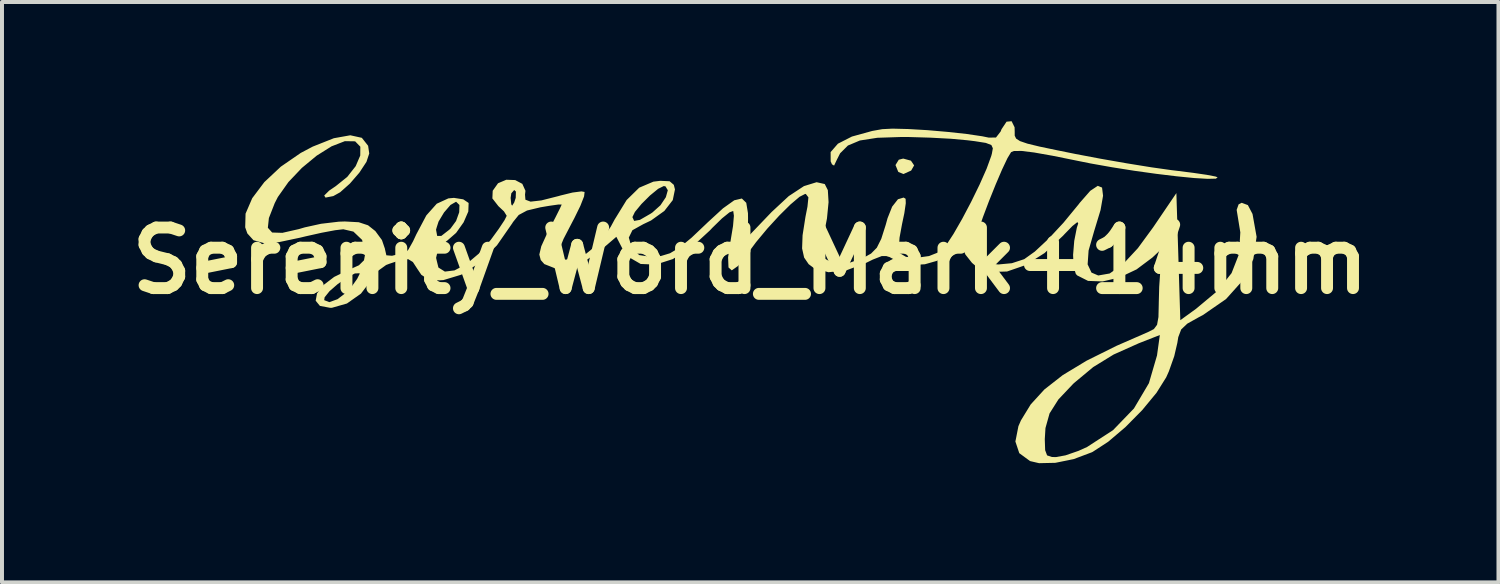
<source format=kicad_pcb>
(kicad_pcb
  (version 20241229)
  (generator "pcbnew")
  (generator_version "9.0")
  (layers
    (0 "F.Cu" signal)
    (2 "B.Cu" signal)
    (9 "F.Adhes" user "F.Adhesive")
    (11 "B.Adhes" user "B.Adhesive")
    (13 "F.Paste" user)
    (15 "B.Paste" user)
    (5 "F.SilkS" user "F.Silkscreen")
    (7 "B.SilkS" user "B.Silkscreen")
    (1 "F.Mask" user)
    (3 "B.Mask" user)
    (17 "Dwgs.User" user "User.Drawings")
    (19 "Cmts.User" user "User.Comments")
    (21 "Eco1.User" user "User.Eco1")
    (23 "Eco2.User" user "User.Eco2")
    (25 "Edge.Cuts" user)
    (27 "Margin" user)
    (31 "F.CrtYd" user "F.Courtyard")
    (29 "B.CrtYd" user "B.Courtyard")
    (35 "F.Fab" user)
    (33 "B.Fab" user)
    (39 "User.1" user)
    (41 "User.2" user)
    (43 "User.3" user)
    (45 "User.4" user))
  (footprint "Serenity_Word_Mark+14mm"
    (layer "F.Cu")
    (at 15.828 3.51)
    (property "Reference" "Serenity_Word_Mark+14mm" (at 0 0 0) (layer "F.SilkS") (effects (font (size 1.524 1.524) (thickness 0.3))))
    (attr board_only exclude_from_pos_files exclude_from_bom)
    (fp_poly (pts (xy 4.044 -2.517) (xy 4.124 -2.398) (xy 4.051 -2.271) (xy 4.04 -2.264) (xy 3.856 -2.181) (xy 3.731 -2.232) (xy 3.723 -2.24) (xy 3.655 -2.407) (xy 3.738 -2.541) (xy 3.849 -2.57)) (stroke (width 0) (type solid)) (fill yes) (layer "F.SilkS"))
    (fp_poly (pts (xy 6.652 -3.357) (xy 6.655 -3.24) (xy 6.655 -3.147) (xy 6.69 -3.073) (xy 6.787 -3.01) (xy 6.974 -2.946) (xy 7.278 -2.872) (xy 7.727 -2.778) (xy 8.186 -2.685) (xy 8.815 -2.566) (xy 9.471 -2.451) (xy 10.088 -2.351) (xy 10.598 -2.279) (xy 10.723 -2.264) (xy 11.144 -2.211) (xy 11.486 -2.161) (xy 11.705 -2.119) (xy 11.761 -2.099) (xy 11.718 -2.065) (xy 11.511 -2.06) (xy 11.171 -2.08) (xy 10.729 -2.124) (xy 10.216 -2.186) (xy 9.663 -2.263) (xy 9.101 -2.352) (xy 8.56 -2.448) (xy 8.253 -2.51) (xy 7.612 -2.64) (xy 7.143 -2.723) (xy 6.824 -2.762) (xy 6.635 -2.76) (xy 6.564 -2.731) (xy 6.473 -2.581) (xy 6.337 -2.294) (xy 6.176 -1.918) (xy 6.009 -1.503) (xy 5.856 -1.098) (xy 5.737 -0.751) (xy 5.673 -0.519) (xy 5.664 -0.21) (xy 5.732 -0.05) (xy 5.929 0.057) (xy 6.238 0.095) (xy 6.584 0.063) (xy 6.893 -0.038) (xy 6.898 -0.041) (xy 7.163 -0.231) (xy 7.502 -0.547) (xy 7.88 -0.953) (xy 8.258 -1.412) (xy 8.293 -1.458) (xy 8.557 -1.759) (xy 8.745 -1.884) (xy 8.853 -1.84) (xy 8.878 -1.634) (xy 8.815 -1.274) (xy 8.661 -0.767) (xy 8.656 -0.752) (xy 8.514 -0.256) (xy 8.49 0.092) (xy 8.587 0.299) (xy 8.757 0.372) (xy 9.044 0.322) (xy 9.374 0.094) (xy 9.754 -0.315) (xy 10.138 -0.839) (xy 10.723 -1.701) (xy 10.773 -0.102) (xy 10.822 1.497) (xy 11.218 1.21) (xy 11.756 0.761) (xy 12.112 0.312) (xy 12.3 -0.169) (xy 12.332 -0.714) (xy 12.24 -1.279) (xy 12.289 -1.418) (xy 12.367 -1.457) (xy 12.522 -1.399) (xy 12.639 -1.176) (xy 12.742 -0.601) (xy 12.659 -0.039) (xy 12.399 0.49) (xy 11.972 0.966) (xy 11.39 1.368) (xy 11.284 1.424) (xy 10.998 1.584) (xy 10.844 1.73) (xy 10.771 1.923) (xy 10.747 2.069) (xy 10.669 2.404) (xy 10.534 2.785) (xy 10.467 2.935) (xy 10.223 3.324) (xy 9.863 3.76) (xy 9.44 4.188) (xy 9.007 4.556) (xy 8.617 4.81) (xy 8.59 4.823) (xy 8.14 4.992) (xy 7.678 5.086) (xy 7.268 5.095) (xy 7.041 5.042) (xy 6.77 4.843) (xy 6.672 4.549) (xy 6.684 4.492) (xy 7.412 4.492) (xy 7.421 4.768) (xy 7.47 4.899) (xy 7.591 4.939) (xy 7.69 4.942) (xy 7.933 4.898) (xy 8.26 4.785) (xy 8.475 4.688) (xy 9.129 4.264) (xy 9.655 3.719) (xy 10.032 3.082) (xy 10.236 2.383) (xy 10.242 2.338) (xy 10.307 1.87) (xy 9.774 2.079) (xy 9.144 2.361) (xy 8.63 2.677) (xy 8.147 3.079) (xy 8.121 3.104) (xy 7.754 3.492) (xy 7.532 3.843) (xy 7.429 4.211) (xy 7.412 4.492) (xy 6.684 4.492) (xy 6.748 4.165) (xy 6.812 4.018) (xy 7.058 3.616) (xy 7.402 3.24) (xy 7.865 2.878) (xy 8.464 2.516) (xy 9.221 2.14) (xy 10.007 1.797) (xy 10.156 1.721) (xy 10.237 1.613) (xy 10.272 1.418) (xy 10.28 1.083) (xy 10.28 1.065) (xy 10.291 0.656) (xy 10.318 0.26) (xy 10.343 0.049) (xy 10.404 -0.346) (xy 10.119 -0.079) (xy 9.721 0.219) (xy 9.29 0.423) (xy 8.868 0.522) (xy 8.5 0.508) (xy 8.227 0.37) (xy 8.193 0.333) (xy 8.137 0.154) (xy 8.124 -0.147) (xy 8.153 -0.498) (xy 8.218 -0.829) (xy 8.253 -0.939) (xy 8.232 -0.971) (xy 8.108 -0.873) (xy 7.907 -0.667) (xy 7.87 -0.627) (xy 7.406 -0.192) (xy 6.928 0.111) (xy 6.462 0.272) (xy 6.037 0.284) (xy 5.679 0.138) (xy 5.58 0.054) (xy 5.414 -0.156) (xy 5.338 -0.34) (xy 5.337 -0.352) (xy 5.303 -0.422) (xy 5.182 -0.367) (xy 4.988 -0.208) (xy 4.692 0.005) (xy 4.394 0.09) (xy 4.219 0.099) (xy 3.903 0.066) (xy 3.642 -0.017) (xy 3.596 -0.044) (xy 3.457 -0.118) (xy 3.308 -0.116) (xy 3.086 -0.029) (xy 2.915 0.055) (xy 2.415 0.244) (xy 1.969 0.29) (xy 1.609 0.191) (xy 1.47 0.087) (xy 1.356 -0.079) (xy 1.305 -0.309) (xy 1.317 -0.639) (xy 1.39 -1.105) (xy 1.44 -1.359) (xy 1.464 -1.594) (xy 1.399 -1.679) (xy 1.381 -1.68) (xy 1.241 -1.608) (xy 1.013 -1.415) (xy 0.732 -1.137) (xy 0.431 -0.809) (xy 0.146 -0.466) (xy -0.081 -0.16) (xy -0.308 0.133) (xy -0.464 0.243) (xy -0.547 0.17) (xy -0.557 -0.085) (xy -0.491 -0.52) (xy -0.489 -0.535) (xy -0.433 -0.873) (xy -0.411 -1.131) (xy -0.428 -1.251) (xy -0.522 -1.217) (xy -0.71 -1.065) (xy -0.955 -0.826) (xy -1.014 -0.763) (xy -1.487 -0.328) (xy -1.949 -0.04) (xy -2.379 0.098) (xy -2.757 0.082) (xy -3.062 -0.094) (xy -3.22 -0.312) (xy -3.369 -0.601) (xy -3.776 -0.252) (xy -4.17 0.017) (xy -4.561 0.167) (xy -4.911 0.192) (xy -5.181 0.085) (xy -5.271 -0.017) (xy -5.307 -0.155) (xy -5.258 -0.363) (xy -5.113 -0.682) (xy -5.06 -0.784) (xy -4.902 -1.088) (xy -4.789 -1.314) (xy -4.744 -1.413) (xy -4.744 -1.414) (xy -4.832 -1.413) (xy -5.058 -1.381) (xy -5.278 -1.344) (xy -5.616 -1.263) (xy -5.825 -1.151) (xy -5.971 -0.97) (xy -5.986 -0.944) (xy -6.373 -0.387) (xy -6.811 0.053) (xy -7.271 0.352) (xy -7.721 0.488) (xy -7.827 0.494) (xy -8.105 0.467) (xy -8.276 0.355) (xy -8.381 0.199) (xy -8.489 0.033) (xy -8.606 -0.038) (xy -8.785 -0.021) (xy -9.08 0.077) (xy -9.162 0.108) (xy -9.36 0.251) (xy -9.531 0.482) (xy -9.531 0.482) (xy -9.795 0.828) (xy -10.148 1.077) (xy -10.526 1.185) (xy -10.569 1.186) (xy -10.828 1.137) (xy -10.935 1.007) (xy -10.932 0.993) (xy -10.72 0.993) (xy -10.59 1.043) (xy -10.384 0.968) (xy -10.155 0.792) (xy -10.034 0.658) (xy -9.891 0.457) (xy -9.828 0.331) (xy -9.831 0.316) (xy -9.949 0.321) (xy -10.15 0.425) (xy -10.38 0.588) (xy -10.585 0.766) (xy -10.71 0.921) (xy -10.72 0.993) (xy -10.932 0.993) (xy -10.901 0.824) (xy -10.742 0.615) (xy -10.468 0.407) (xy -10.115 0.236) (xy -9.846 0.115) (xy -9.719 -0.01) (xy -9.686 -0.189) (xy -9.686 -0.204) (xy -9.767 -0.524) (xy -9.985 -0.732) (xy -10.24 -0.791) (xy -10.445 -0.767) (xy -10.781 -0.704) (xy -11.184 -0.614) (xy -11.325 -0.58) (xy -11.861 -0.467) (xy -12.243 -0.444) (xy -12.499 -0.515) (xy -12.654 -0.686) (xy -12.708 -0.839) (xy -12.699 -1.184) (xy -12.531 -1.573) (xy -12.227 -1.977) (xy -11.812 -2.366) (xy -11.31 -2.712) (xy -11.009 -2.871) (xy -10.477 -3.082) (xy -10.063 -3.156) (xy -9.773 -3.092) (xy -9.615 -2.892) (xy -9.587 -2.698) (xy -9.657 -2.487) (xy -9.836 -2.215) (xy -10.073 -1.941) (xy -10.319 -1.722) (xy -10.491 -1.626) (xy -10.687 -1.588) (xy -10.72 -1.64) (xy -10.596 -1.763) (xy -10.43 -1.876) (xy -10.14 -2.109) (xy -9.928 -2.379) (xy -9.813 -2.647) (xy -9.811 -2.869) (xy -9.942 -3.004) (xy -9.942 -3.004) (xy -10.2 -3.008) (xy -10.535 -2.878) (xy -10.908 -2.644) (xy -11.282 -2.335) (xy -11.621 -1.978) (xy -11.886 -1.603) (xy -11.965 -1.449) (xy -12.112 -1.073) (xy -12.138 -0.829) (xy -12.03 -0.709) (xy -11.774 -0.701) (xy -11.359 -0.795) (xy -11.209 -0.839) (xy -10.8 -0.929) (xy -10.351 -0.982) (xy -10.2 -0.987) (xy -9.851 -0.968) (xy -9.617 -0.891) (xy -9.434 -0.746) (xy -9.267 -0.519) (xy -9.192 -0.3) (xy -9.191 -0.289) (xy -9.156 -0.136) (xy -9.014 -0.124) (xy -8.969 -0.135) (xy -8.766 -0.183) (xy -8.677 -0.196) (xy -8.601 -0.28) (xy -8.483 -0.491) (xy -8.401 -0.666) (xy -8.342 -0.777) (xy -7.907 -0.777) (xy -7.877 -0.623) (xy -7.774 -0.623) (xy -7.576 -0.777) (xy -7.542 -0.808) (xy -7.402 -0.999) (xy -7.323 -1.219) (xy -7.317 -1.402) (xy -7.399 -1.482) (xy -7.405 -1.482) (xy -7.542 -1.403) (xy -7.705 -1.214) (xy -7.843 -0.984) (xy -7.906 -0.787) (xy -7.907 -0.777) (xy -8.342 -0.777) (xy -8.15 -1.14) (xy -7.888 -1.434) (xy -7.596 -1.568) (xy -7.455 -1.581) (xy -7.221 -1.544) (xy -7.089 -1.455) (xy -7.086 -1.449) (xy -7.094 -1.238) (xy -7.212 -0.966) (xy -7.401 -0.7) (xy -7.621 -0.508) (xy -7.63 -0.503) (xy -7.848 -0.308) (xy -7.906 -0.071) (xy -7.846 0.172) (xy -7.683 0.274) (xy -7.441 0.244) (xy -7.147 0.089) (xy -6.825 -0.182) (xy -6.53 -0.523) (xy -6.327 -0.802) (xy -6.182 -1.021) (xy -6.128 -1.13) (xy -6.196 -1.24) (xy -6.338 -1.374) (xy -6.489 -1.568) (xy -6.488 -1.581) (xy -6.029 -1.581) (xy -6.013 -1.42) (xy -5.991 -1.384) (xy -5.939 -1.465) (xy -5.901 -1.581) (xy -5.896 -1.739) (xy -5.939 -1.779) (xy -6.012 -1.696) (xy -6.029 -1.581) (xy -6.488 -1.581) (xy -6.48 -1.76) (xy -6.346 -1.949) (xy -6.138 -2.037) (xy -5.915 -2.029) (xy -5.735 -1.934) (xy -5.656 -1.759) (xy -5.667 -1.662) (xy -5.657 -1.535) (xy -5.527 -1.486) (xy -5.256 -1.517) (xy -4.825 -1.626) (xy -4.777 -1.64) (xy -4.472 -1.715) (xy -4.247 -1.744) (xy -4.168 -1.73) (xy -4.181 -1.618) (xy -4.274 -1.381) (xy -4.428 -1.066) (xy -4.472 -0.983) (xy -4.698 -0.548) (xy -4.816 -0.257) (xy -4.828 -0.089) (xy -4.734 -0.022) (xy -4.535 -0.036) (xy -4.522 -0.038) (xy -4.13 -0.175) (xy -3.805 -0.436) (xy -3.512 -0.851) (xy -3.41 -1.04) (xy -3.374 -1.097) (xy -2.965 -1.097) (xy -2.921 -1.001) (xy -2.775 -1.028) (xy -2.507 -1.183) (xy -2.461 -1.214) (xy -2.259 -1.395) (xy -2.123 -1.598) (xy -2.074 -1.773) (xy -2.133 -1.871) (xy -2.177 -1.878) (xy -2.317 -1.809) (xy -2.522 -1.641) (xy -2.736 -1.428) (xy -2.902 -1.227) (xy -2.965 -1.097) (xy -3.374 -1.097) (xy -3.11 -1.527) (xy -2.794 -1.837) (xy -2.437 -1.989) (xy -2.263 -2.01) (xy -2.028 -1.999) (xy -1.923 -1.909) (xy -1.894 -1.794) (xy -1.949 -1.525) (xy -2.161 -1.252) (xy -2.496 -1.012) (xy -2.693 -0.918) (xy -2.965 -0.767) (xy -3.055 -0.582) (xy -2.981 -0.327) (xy -2.962 -0.29) (xy -2.792 -0.141) (xy -2.51 -0.099) (xy -2.251 -0.117) (xy -2.019 -0.187) (xy -1.774 -0.333) (xy -1.477 -0.578) (xy -1.089 -0.946) (xy -1.075 -0.96) (xy -0.685 -1.318) (xy -0.402 -1.52) (xy -0.211 -1.565) (xy -0.1 -1.457) (xy -0.057 -1.196) (xy -0.055 -1.063) (xy -0.061 -0.599) (xy 0.538 -1.225) (xy 0.969 -1.625) (xy 1.352 -1.877) (xy 1.67 -1.975) (xy 1.875 -1.929) (xy 1.953 -1.775) (xy 1.971 -1.473) (xy 1.931 -1.063) (xy 1.862 -0.704) (xy 1.801 -0.378) (xy 1.809 -0.177) (xy 1.874 -0.054) (xy 2.106 0.078) (xy 2.446 0.07) (xy 2.836 -0.065) (xy 3.041 -0.18) (xy 3.185 -0.326) (xy 3.297 -0.55) (xy 3.409 -0.902) (xy 3.455 -1.068) (xy 3.571 -1.36) (xy 3.717 -1.546) (xy 3.86 -1.589) (xy 3.91 -1.558) (xy 3.914 -1.445) (xy 3.878 -1.197) (xy 3.819 -0.916) (xy 3.757 -0.579) (xy 3.739 -0.311) (xy 3.761 -0.19) (xy 3.92 -0.097) (xy 4.19 -0.074) (xy 4.499 -0.117) (xy 4.772 -0.225) (xy 4.796 -0.239) (xy 4.927 -0.386) (xy 5.114 -0.672) (xy 5.332 -1.051) (xy 5.559 -1.481) (xy 5.772 -1.917) (xy 5.949 -2.317) (xy 6.065 -2.636) (xy 6.081 -2.695) (xy 6.105 -2.829) (xy 6.067 -2.911) (xy 5.928 -2.964) (xy 5.649 -3.008) (xy 5.469 -3.03) (xy 5.057 -3.068) (xy 4.536 -3.096) (xy 3.998 -3.112) (xy 3.801 -3.113) (xy 3.198 -3.093) (xy 2.76 -3.025) (xy 2.458 -2.898) (xy 2.262 -2.703) (xy 2.179 -2.539) (xy 2.11 -2.393) (xy 2.057 -2.425) (xy 2.024 -2.499) (xy 2.023 -2.733) (xy 2.206 -2.944) (xy 2.559 -3.124) (xy 3.07 -3.265) (xy 3.322 -3.31) (xy 3.58 -3.323) (xy 3.978 -3.313) (xy 4.458 -3.285) (xy 4.966 -3.241) (xy 5.445 -3.189) (xy 5.838 -3.131) (xy 6.003 -3.097) (xy 6.184 -3.1) (xy 6.301 -3.251) (xy 6.324 -3.309) (xy 6.45 -3.498) (xy 6.577 -3.51)) (stroke (width 0) (type solid)) (fill yes) (layer "F.SilkS")))
  (gr_rect
    (start -3 -3)
    (end 34.656 11.605)
    (stroke (width 0.1) (type default))
    (fill no)
    (layer "Edge.Cuts")))
</source>
